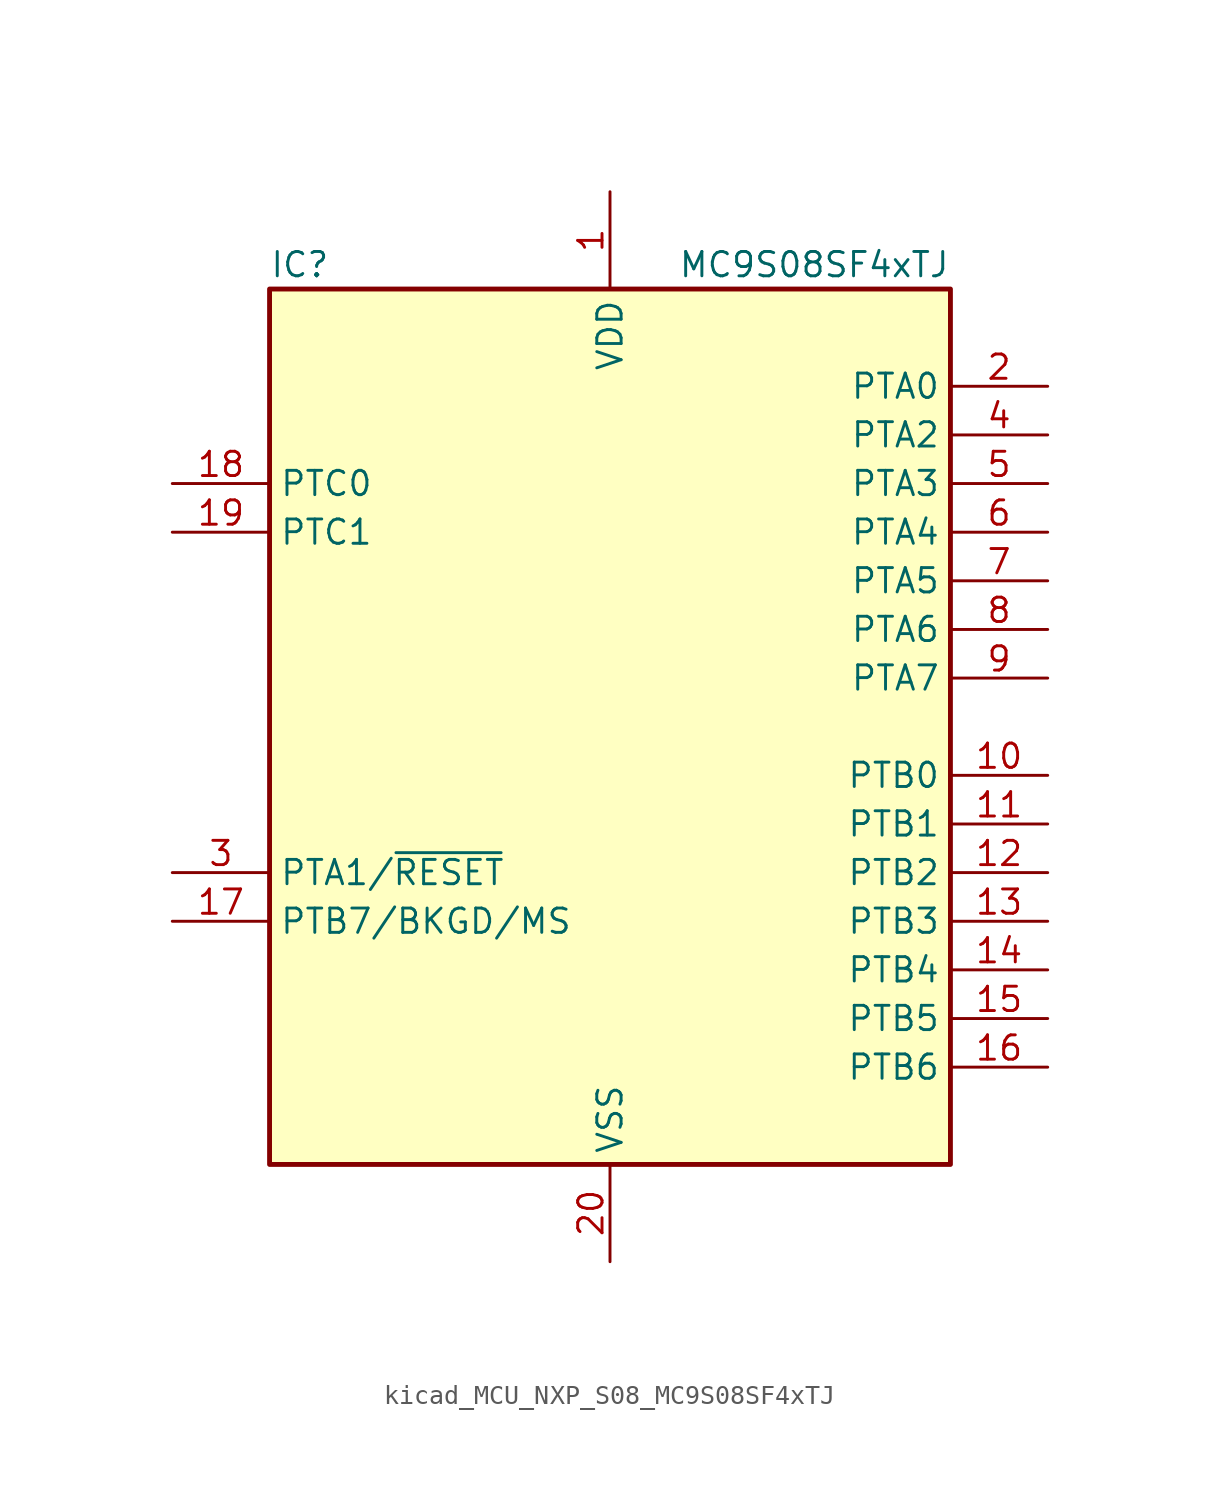
<source format=kicad_sym>
(kicad_symbol_lib
  (version 20220914)
  (generator kicad_symbol_editor)
  (symbol "kicad_MCU_NXP_S08_MC9S08SF4xTJ"
    (property "Reference" "IC"
      (at -17.78 24.13 0)
      (effects (font (size 1.27 1.27)) (justify left)))
    (property "Value" "MC9S08SF4xTJ"
      (at 17.78 24.13 0)
      (effects (font (size 1.27 1.27)) (justify right)))
    (symbol "kicad_MCU_NXP_S08_MC9S08SF4xTJ_0_1"
      (rectangle (start -17.78 22.86) (end 17.78 -22.86) (stroke (width 0.254) (type default)) (fill (type background))))
    (symbol "kicad_MCU_NXP_S08_MC9S08SF4xTJ_1_1"
      (pin power_in line (at 0 27.94 270) (length 5.08) (name "VDD" (effects (font (size 1.27 1.27)))) (number "1" (effects (font (size 1.27 1.27)))))
      (pin bidirectional line (at 22.86 -2.54 180) (length 5.08) (name "PTB0" (effects (font (size 1.27 1.27)))) (number "10" (effects (font (size 1.27 1.27)))))
      (pin bidirectional line (at 22.86 -5.08 180) (length 5.08) (name "PTB1" (effects (font (size 1.27 1.27)))) (number "11" (effects (font (size 1.27 1.27)))))
      (pin bidirectional line (at 22.86 -7.62 180) (length 5.08) (name "PTB2" (effects (font (size 1.27 1.27)))) (number "12" (effects (font (size 1.27 1.27)))))
      (pin bidirectional line (at 22.86 -10.16 180) (length 5.08) (name "PTB3" (effects (font (size 1.27 1.27)))) (number "13" (effects (font (size 1.27 1.27)))))
      (pin bidirectional line (at 22.86 -12.7 180) (length 5.08) (name "PTB4" (effects (font (size 1.27 1.27)))) (number "14" (effects (font (size 1.27 1.27)))))
      (pin bidirectional line (at 22.86 -15.24 180) (length 5.08) (name "PTB5" (effects (font (size 1.27 1.27)))) (number "15" (effects (font (size 1.27 1.27)))))
      (pin bidirectional line (at 22.86 -17.78 180) (length 5.08) (name "PTB6" (effects (font (size 1.27 1.27)))) (number "16" (effects (font (size 1.27 1.27)))))
      (pin bidirectional line (at -22.86 -10.16 0) (length 5.08) (name "PTB7/BKGD/MS" (effects (font (size 1.27 1.27)))) (number "17" (effects (font (size 1.27 1.27)))))
      (pin bidirectional line (at -22.86 12.7 0) (length 5.08) (name "PTC0" (effects (font (size 1.27 1.27)))) (number "18" (effects (font (size 1.27 1.27)))))
      (pin bidirectional line (at -22.86 10.16 0) (length 5.08) (name "PTC1" (effects (font (size 1.27 1.27)))) (number "19" (effects (font (size 1.27 1.27)))))
      (pin bidirectional line (at 22.86 17.78 180) (length 5.08) (name "PTA0" (effects (font (size 1.27 1.27)))) (number "2" (effects (font (size 1.27 1.27)))))
      (pin power_in line (at 0 -27.94 90) (length 5.08) (name "VSS" (effects (font (size 1.27 1.27)))) (number "20" (effects (font (size 1.27 1.27)))))
      (pin bidirectional line (at -22.86 -7.62 0) (length 5.08) (name "PTA1/~{RESET}" (effects (font (size 1.27 1.27)))) (number "3" (effects (font (size 1.27 1.27)))))
      (pin bidirectional line (at 22.86 15.24 180) (length 5.08) (name "PTA2" (effects (font (size 1.27 1.27)))) (number "4" (effects (font (size 1.27 1.27)))))
      (pin bidirectional line (at 22.86 12.7 180) (length 5.08) (name "PTA3" (effects (font (size 1.27 1.27)))) (number "5" (effects (font (size 1.27 1.27)))))
      (pin bidirectional line (at 22.86 10.16 180) (length 5.08) (name "PTA4" (effects (font (size 1.27 1.27)))) (number "6" (effects (font (size 1.27 1.27)))))
      (pin bidirectional line (at 22.86 7.62 180) (length 5.08) (name "PTA5" (effects (font (size 1.27 1.27)))) (number "7" (effects (font (size 1.27 1.27)))))
      (pin bidirectional line (at 22.86 5.08 180) (length 5.08) (name "PTA6" (effects (font (size 1.27 1.27)))) (number "8" (effects (font (size 1.27 1.27)))))
      (pin bidirectional line (at 22.86 2.54 180) (length 5.08) (name "PTA7" (effects (font (size 1.27 1.27)))) (number "9" (effects (font (size 1.27 1.27))))))))
</source>
